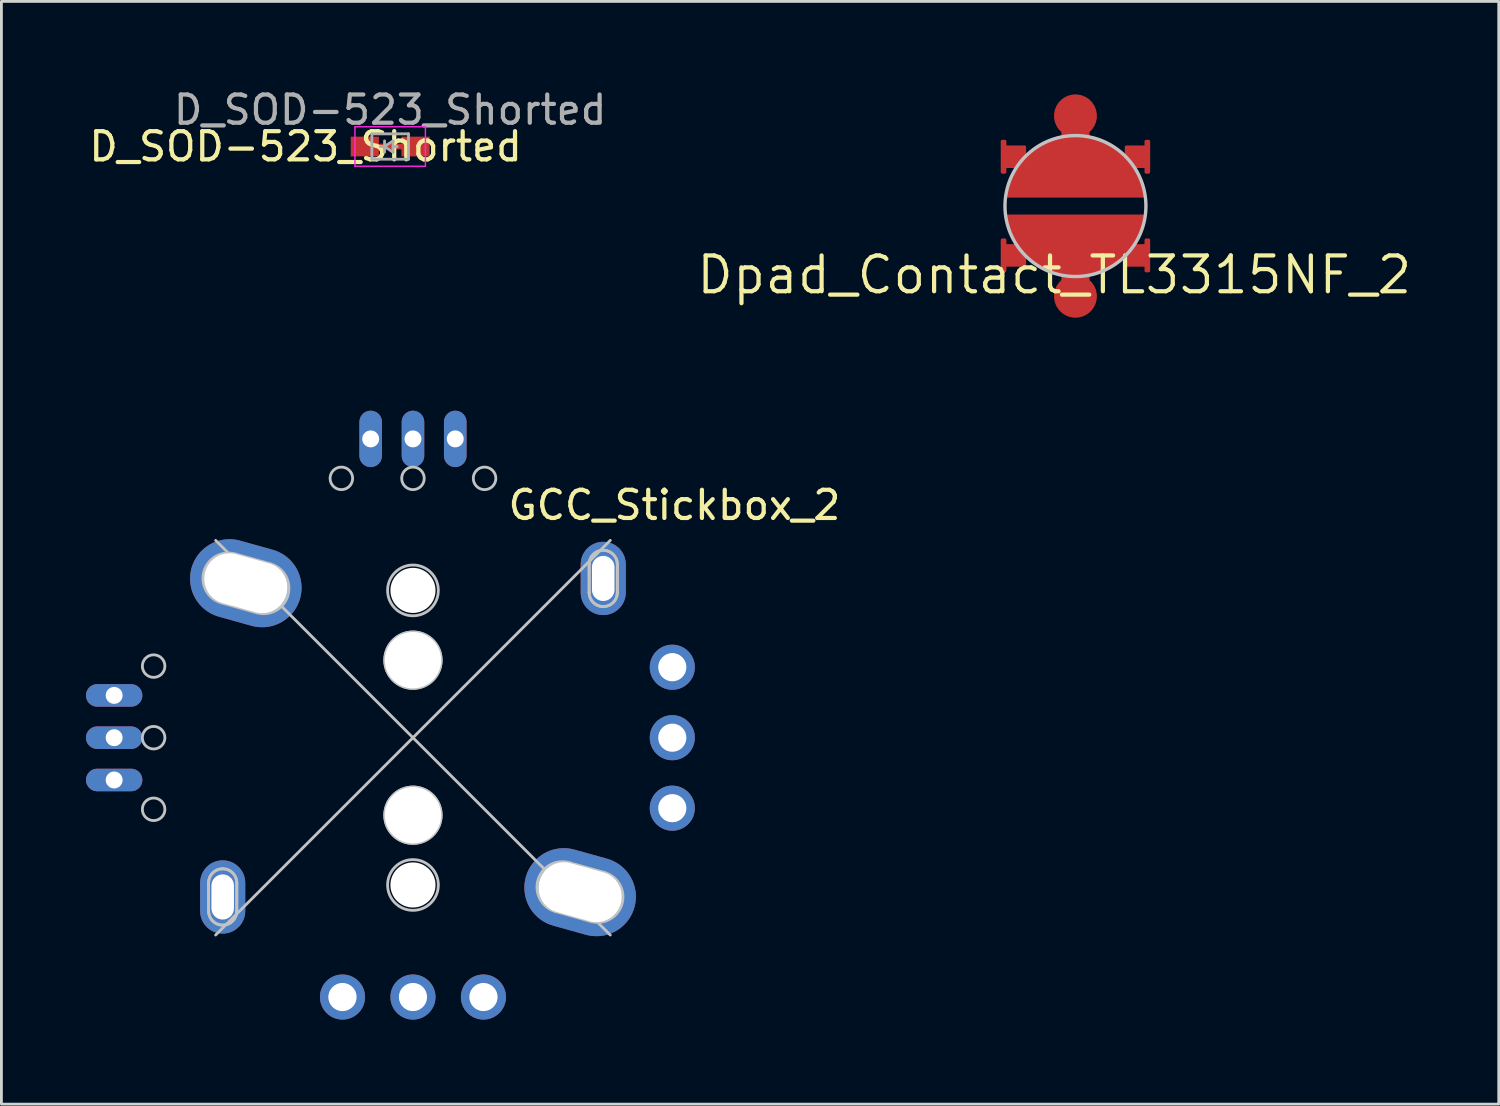
<source format=kicad_pcb>
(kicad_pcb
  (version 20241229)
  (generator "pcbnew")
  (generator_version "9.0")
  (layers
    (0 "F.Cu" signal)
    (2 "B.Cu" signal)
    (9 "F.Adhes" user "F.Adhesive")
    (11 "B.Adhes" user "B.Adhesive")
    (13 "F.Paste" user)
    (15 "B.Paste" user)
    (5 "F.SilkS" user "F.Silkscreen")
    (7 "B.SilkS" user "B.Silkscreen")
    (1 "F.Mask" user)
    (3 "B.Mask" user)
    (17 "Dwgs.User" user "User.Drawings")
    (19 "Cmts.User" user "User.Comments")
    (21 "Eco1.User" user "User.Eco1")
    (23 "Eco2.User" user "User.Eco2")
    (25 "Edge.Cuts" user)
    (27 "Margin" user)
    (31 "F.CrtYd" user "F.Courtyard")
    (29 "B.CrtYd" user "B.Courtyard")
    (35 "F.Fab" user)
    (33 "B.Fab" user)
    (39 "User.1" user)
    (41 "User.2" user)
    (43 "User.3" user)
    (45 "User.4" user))
  (footprint "GCC_Stickbox_2"
    (layer "F.Cu")
    (at 11.6 23.12)
    (property "Reference" "GCC_Stickbox_2" (at 9.275 -8.25 0) (layer "F.SilkS") (effects (font (size 1 1) (thickness 0.15))))
    (attr through_hole)
    (fp_line (start -7.25 5.15) (end -7.25 6.15) (stroke (width 0.1) (type solid)) (layer "Dwgs.User"))
    (fp_line (start -7.25 5.15) (end -7.25 6.15) (stroke (width 0.1) (type solid)) (layer "Dwgs.User"))
    (fp_line (start -7 -7) (end 7 7) (stroke (width 0.1) (type solid)) (layer "Dwgs.User"))
    (fp_line (start -6.793 -4.783) (end -5.543 -4.433) (stroke (width 0.1) (type solid)) (layer "Dwgs.User"))
    (fp_line (start -6.25 5.15) (end -6.25 6.15) (stroke (width 0.1) (type solid)) (layer "Dwgs.User"))
    (fp_line (start -6.25 6.15) (end -6.25 5.15) (stroke (width 0.1) (type solid)) (layer "Dwgs.User"))
    (fp_line (start -5.057 -6.167) (end -6.307 -6.517) (stroke (width 0.1) (type solid)) (layer "Dwgs.User"))
    (fp_line (start 5.057 6.167) (end 6.307 6.517) (stroke (width 0.1) (type solid)) (layer "Dwgs.User"))
    (fp_line (start 6.25 -6.15) (end 6.25 -5.15) (stroke (width 0.1) (type solid)) (layer "Dwgs.User"))
    (fp_line (start 6.25 -6.15) (end 6.25 -5.15) (stroke (width 0.1) (type solid)) (layer "Dwgs.User"))
    (fp_line (start 6.793 4.783) (end 5.543 4.433) (stroke (width 0.1) (type solid)) (layer "Dwgs.User"))
    (fp_line (start 7 -7) (end -7 7) (stroke (width 0.1) (type solid)) (layer "Dwgs.User"))
    (fp_line (start 7.25 -6.15) (end 7.25 -5.15) (stroke (width 0.1) (type solid)) (layer "Dwgs.User"))
    (fp_line (start 7.25 -5.15) (end 7.25 -6.15) (stroke (width 0.1) (type solid)) (layer "Dwgs.User"))
    (fp_arc (start -7.25 5.15) (mid -6.75 4.65) (end -6.25 5.15) (stroke (width 0.1) (type solid)) (layer "Dwgs.User"))
    (fp_arc (start -7.25 5.15) (mid -6.75 4.65) (end -6.25 5.15) (stroke (width 0.1) (type solid)) (layer "Dwgs.User"))
    (fp_arc (start -6.792666 -4.783332) (mid -7.416668 -5.892666) (end -6.307334 -6.516668) (stroke (width 0.1) (type solid)) (layer "Dwgs.User"))
    (fp_arc (start -6.25 6.15) (mid -6.75 6.65) (end -7.25 6.15) (stroke (width 0.1) (type solid)) (layer "Dwgs.User"))
    (fp_arc (start -6.25 6.15) (mid -6.75 6.65) (end -7.25 6.15) (stroke (width 0.1) (type solid)) (layer "Dwgs.User"))
    (fp_arc (start -5.057333 -6.166667) (mid -4.433333 -5.057333) (end -5.542667 -4.433333) (stroke (width 0.1) (type solid)) (layer "Dwgs.User"))
    (fp_arc (start 5.057334 6.166668) (mid 4.433332 5.057334) (end 5.542666 4.433332) (stroke (width 0.1) (type solid)) (layer "Dwgs.User"))
    (fp_arc (start 6.25 -6.15) (mid 6.75 -6.65) (end 7.25 -6.15) (stroke (width 0.1) (type solid)) (layer "Dwgs.User"))
    (fp_arc (start 6.25 -6.15) (mid 6.75 -6.65) (end 7.25 -6.15) (stroke (width 0.1) (type solid)) (layer "Dwgs.User"))
    (fp_arc (start 6.792667 4.783333) (mid 7.416667 5.892667) (end 6.307333 6.516667) (stroke (width 0.1) (type solid)) (layer "Dwgs.User"))
    (fp_arc (start 7.25 -5.15) (mid 6.75 -4.65) (end 6.25 -5.15) (stroke (width 0.1) (type solid)) (layer "Dwgs.User"))
    (fp_arc (start 7.25 -5.15) (mid 6.75 -4.65) (end 6.25 -5.15) (stroke (width 0.1) (type solid)) (layer "Dwgs.User"))
    (fp_circle (center -9.2 -2.54) (end -8.8 -2.54) (stroke (width 0.1) (type solid)) (fill no) (layer "Dwgs.User"))
    (fp_circle (center -9.2 0) (end -8.8 0) (stroke (width 0.1) (type solid)) (fill no) (layer "Dwgs.User"))
    (fp_circle (center -9.2 2.54) (end -8.8 2.54) (stroke (width 0.1) (type solid)) (fill no) (layer "Dwgs.User"))
    (fp_circle (center -2.54 -9.2) (end -2.14 -9.2) (stroke (width 0.1) (type solid)) (fill no) (layer "Dwgs.User"))
    (fp_circle (center -2.54 9.2) (end -2.14 9.2) (stroke (width 0.1) (type solid)) (fill no) (layer "Dwgs.User"))
    (fp_circle (center -2.54 9.2) (end -2.14 9.2) (stroke (width 0.1) (type solid)) (fill no) (layer "Dwgs.User"))
    (fp_circle (center 0 -9.2) (end 0.4 -9.2) (stroke (width 0.1) (type solid)) (fill no) (layer "Dwgs.User"))
    (fp_circle (center 0 -5.225) (end 0.9 -5.225) (stroke (width 0.1) (type solid)) (fill no) (layer "Dwgs.User"))
    (fp_circle (center 0 -2.75) (end 1 -2.75) (stroke (width 0.1) (type solid)) (fill no) (layer "Dwgs.User"))
    (fp_circle (center 0 -2.75) (end 1 -2.75) (stroke (width 0.1) (type solid)) (fill no) (layer "Dwgs.User"))
    (fp_circle (center 0 2.75) (end 1 2.75) (stroke (width 0.1) (type solid)) (fill no) (layer "Dwgs.User"))
    (fp_circle (center 0 2.75) (end 1 2.75) (stroke (width 0.1) (type solid)) (fill no) (layer "Dwgs.User"))
    (fp_circle (center 0 5.225) (end 0.9 5.225) (stroke (width 0.1) (type solid)) (fill no) (layer "Dwgs.User"))
    (fp_circle (center 0 9.2) (end 0.4 9.2) (stroke (width 0.1) (type solid)) (fill no) (layer "Dwgs.User"))
    (fp_circle (center 0 9.2) (end 0.4 9.2) (stroke (width 0.1) (type solid)) (fill no) (layer "Dwgs.User"))
    (fp_circle (center 2.54 -9.2) (end 2.94 -9.2) (stroke (width 0.1) (type solid)) (fill no) (layer "Dwgs.User"))
    (fp_circle (center 2.54 9.2) (end 2.94 9.2) (stroke (width 0.1) (type solid)) (fill no) (layer "Dwgs.User"))
    (fp_circle (center 2.54 9.2) (end 2.94 9.2) (stroke (width 0.1) (type solid)) (fill no) (layer "Dwgs.User"))
    (fp_circle (center 9.2 -2.54) (end 9.6 -2.54) (stroke (width 0.1) (type solid)) (fill no) (layer "Dwgs.User"))
    (fp_circle (center 9.2 -2.54) (end 9.6 -2.54) (stroke (width 0.1) (type solid)) (fill no) (layer "Dwgs.User"))
    (fp_circle (center 9.2 0) (end 9.6 0) (stroke (width 0.1) (type solid)) (fill no) (layer "Dwgs.User"))
    (fp_circle (center 9.2 0) (end 9.6 0) (stroke (width 0.1) (type solid)) (fill no) (layer "Dwgs.User"))
    (fp_circle (center 9.2 2.54) (end 9.6 2.54) (stroke (width 0.1) (type solid)) (fill no) (layer "Dwgs.User"))
    (fp_circle (center 9.2 2.54) (end 9.6 2.54) (stroke (width 0.1) (type solid)) (fill no) (layer "Dwgs.User"))
    (pad "" thru_hole oval (at -6.75 5.65) (size 1.6 2.6) (drill oval 0.8 1.6) (layers "*.Cu" "*.Mask"))
    (pad "" thru_hole oval (at -5.93 -5.48 74.4) (size 2.8 4) (drill oval 1.8 3) (layers "*.Cu" "*.Mask"))
    (pad "" np_thru_hole circle (at 0 -5.225) (size 1.6 1.6) (drill 1.6) (layers "*.Cu" "*.Mask"))
    (pad "" np_thru_hole circle (at 0 -2.75) (size 2 2) (drill 2) (layers "*.Cu" "*.Mask"))
    (pad "" np_thru_hole circle (at 0 2.75) (size 2 2) (drill 2) (layers "*.Cu" "*.Mask"))
    (pad "" np_thru_hole circle (at 0 5.225) (size 1.6 1.6) (drill 1.6) (layers "*.Cu" "*.Mask"))
    (pad "" thru_hole oval (at 5.93 5.48 74.4) (size 2.8 4) (drill oval 1.8 3) (layers "*.Cu" "*.Mask"))
    (pad "" thru_hole oval (at 6.75 -5.65) (size 1.6 2.6) (drill oval 0.8 1.6) (layers "*.Cu" "*.Mask"))
    (pad "1" thru_hole oval (at 1.5 -10.6) (size 0.8 2) (drill 0.6) (layers "*.Cu" "*.Mask"))
    (pad "2" thru_hole oval (at 0 -10.6) (size 0.8 2) (drill 0.6) (layers "*.Cu" "*.Mask"))
    (pad "3" thru_hole oval (at -1.5 -10.6) (size 0.8 2) (drill 0.6) (layers "*.Cu" "*.Mask"))
    (pad "4" thru_hole oval (at -10.6 -1.5 90) (size 0.8 2) (drill 0.6) (layers "*.Cu" "*.Mask"))
    (pad "5" thru_hole oval (at -10.6 0 90) (size 0.8 2) (drill 0.6) (layers "*.Cu" "*.Mask"))
    (pad "6" thru_hole oval (at -10.6 1.5 90) (size 0.8 2) (drill 0.6) (layers "*.Cu" "*.Mask"))
    (pad "13" thru_hole circle (at -2.5 9.2) (size 1.6 1.6) (drill 1) (layers "*.Cu" "*.Mask"))
    (pad "14" thru_hole circle (at 0 9.2) (size 1.6 1.6) (drill 1) (layers "*.Cu" "*.Mask"))
    (pad "15" thru_hole circle (at 2.5 9.2) (size 1.6 1.6) (drill 1) (layers "*.Cu" "*.Mask"))
    (pad "16" thru_hole circle (at 9.2 2.5 270) (size 1.6 1.6) (drill 1) (layers "*.Cu" "*.Mask"))
    (pad "17" thru_hole circle (at 9.2 0 270) (size 1.6 1.6) (drill 1) (layers "*.Cu" "*.Mask"))
    (pad "18" thru_hole circle (at 9.2 -2.5 270) (size 1.6 1.6) (drill 1) (layers "*.Cu" "*.Mask")))
  (footprint "D_SOD-523_Shorted"
    (layer "F.Cu")
    (at 10.792 2.148)
    (property "Reference" "D_SOD-523_Shorted" (at -3 0 180) (layer "F.SilkS") (effects (font (size 1 1) (thickness 0.15))))
    (attr smd)
    (fp_line (start -0.5 0) (end 0.5 0) (stroke (width 0.2) (type solid)) (layer "F.Cu"))
    (fp_line (start -1.25 -0.7) (end 1.25 -0.7) (stroke (width 0.05) (type solid)) (layer "F.CrtYd"))
    (fp_line (start -1.25 0.7) (end -1.25 -0.7) (stroke (width 0.05) (type solid)) (layer "F.CrtYd"))
    (fp_line (start 1.25 -0.7) (end 1.25 0.7) (stroke (width 0.05) (type solid)) (layer "F.CrtYd"))
    (fp_line (start 1.25 0.7) (end -1.25 0.7) (stroke (width 0.05) (type solid)) (layer "F.CrtYd"))
    (fp_line (start -0.65 -0.45) (end 0.65 -0.45) (stroke (width 0.1) (type solid)) (layer "F.Fab"))
    (fp_line (start -0.65 0.45) (end -0.65 -0.45) (stroke (width 0.1) (type solid)) (layer "F.Fab"))
    (fp_line (start -0.2 0) (end -0.35 0) (stroke (width 0.1) (type solid)) (layer "F.Fab"))
    (fp_line (start -0.2 0) (end 0.1 0.2) (stroke (width 0.1) (type solid)) (layer "F.Fab"))
    (fp_line (start -0.2 0.2) (end -0.2 -0.2) (stroke (width 0.1) (type solid)) (layer "F.Fab"))
    (fp_line (start 0.1 -0.2) (end -0.2 0) (stroke (width 0.1) (type solid)) (layer "F.Fab"))
    (fp_line (start 0.1 0) (end 0.25 0) (stroke (width 0.1) (type solid)) (layer "F.Fab"))
    (fp_line (start 0.1 0.2) (end 0.1 -0.2) (stroke (width 0.1) (type solid)) (layer "F.Fab"))
    (fp_line (start 0.65 -0.45) (end 0.65 0.45) (stroke (width 0.1) (type solid)) (layer "F.Fab"))
    (fp_line (start 0.65 0.45) (end -0.65 0.45) (stroke (width 0.1) (type solid)) (layer "F.Fab"))
    (fp_text user "${REFERENCE}" (at 0 -1.3 180) (layer "F.Fab") (effects (font (size 1 1) (thickness 0.15))))
    (pad "1" smd rect (at -0.9 0 180) (size 1 0.7) (layers "F.Cu" "F.Mask" "F.Paste"))
    (pad "2" smd rect (at 0.9 0 180) (size 1 0.7) (layers "F.Cu" "F.Mask" "F.Paste")))
  (footprint "Dpad_Contact_TL3315NF_2"
    (layer "F.Cu")
    (at 35.102 4.26)
    (property "Reference" "Dpad_Contact_TL3315NF_2" (at -0.751 2.442 0) (layer "F.SilkS") (effects (font (size 1.27 1.27) (thickness 0.15))))
    (attr through_hole)
    (fp_circle (center 0 -3.2) (end 1 -3.2) (stroke (width 0.12) (type solid)) (fill yes) (layer "F.Mask"))
    (fp_circle (center 0 0) (end 3.2 0) (stroke (width 0.12) (type solid)) (fill yes) (layer "F.Mask"))
    (fp_circle (center 0 3.2) (end 1 3.2) (stroke (width 0.12) (type solid)) (fill yes) (layer "F.Mask"))
    (fp_circle (center 0 0) (end 0 -2.5) (stroke (width 0.12) (type solid)) (fill no) (layer "Dwgs.User"))
    (pad "1" smd custom (at 0 3.2) (size 1.524 1.524) (layers "F.Cu" "F.Mask" "F.Paste") (options (anchor circle)) (primitives (gr_line (start 0 0) (end 0 -1.5) (width 1)) (gr_poly (pts (arc (start 2.4 -2.8) (mid 0.000001 -0.753827) (end -2.4 -2.8))) (width 0.2) (fill yes)) (gr_poly (pts (xy 2.6 -0.9) (xy 2.5 -0.9) (xy 2.5 -1.1) (xy 1.8 -1.1) (xy 1.8 -1.8) (xy 2.5 -1.8) (xy 2.5 -2) (xy 2.6 -2)) (width 0.1) (fill yes)) (gr_poly (pts (xy -2.6 -2) (xy -2.5 -2) (xy -2.5 -1.8) (xy -1.8 -1.8) (xy -1.8 -1.1) (xy -2.5 -1.1) (xy -2.5 -0.9) (xy -2.6 -0.9)) (width 0.1) (fill yes))))
    (pad "2" smd custom (at 0 -3.2) (size 1.524 1.524) (layers "F.Cu" "F.Mask" "F.Paste") (options (anchor circle)) (primitives (gr_line (start 0 0) (end 0 1.5) (width 1)) (gr_poly (pts (arc (start 2.4 2.8) (mid -0.000001 0.753827) (end -2.4 2.8))) (width 0.2) (fill yes)) (gr_poly (pts (xy -2.6 0.9) (xy -2.5 0.9) (xy -2.5 1.1) (xy -1.8 1.1) (xy -1.8 1.8) (xy -2.5 1.8) (xy -2.5 2) (xy -2.6 2)) (width 0.1) (fill yes)) (gr_poly (pts (xy 2.6 2) (xy 2.5 2) (xy 2.5 1.8) (xy 1.8 1.8) (xy 1.8 1.1) (xy 2.5 1.1) (xy 2.5 0.9) (xy 2.6 0.9)) (width 0.1) (fill yes)))))
  (gr_rect
    (start -3 -3)
    (end 50.119 36.12)
    (stroke (width 0.1) (type default))
    (fill no)
    (layer "Edge.Cuts")))
</source>
